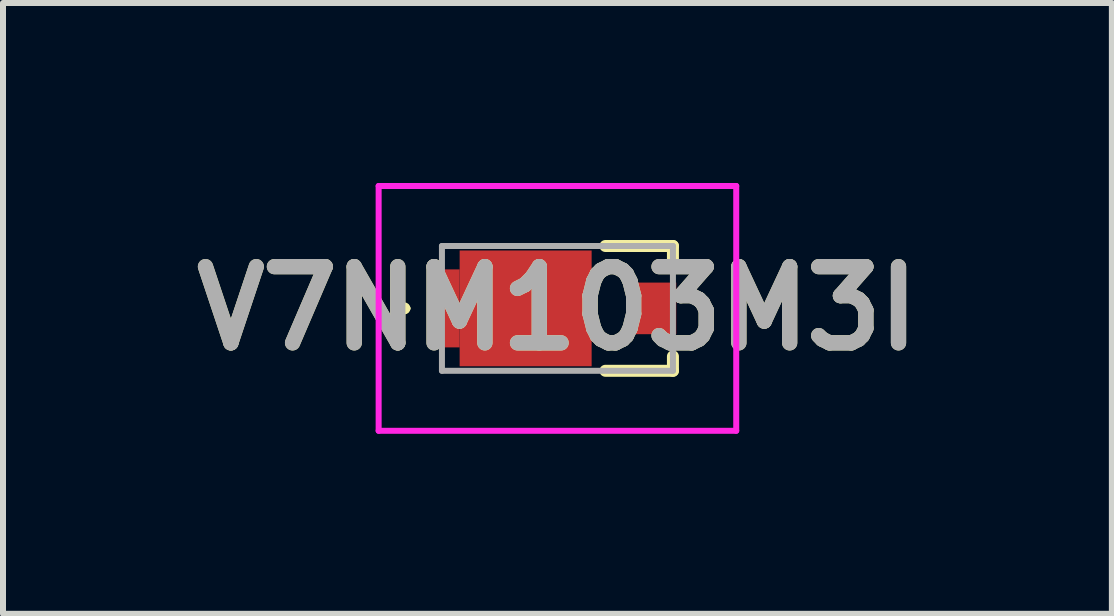
<source format=kicad_pcb>
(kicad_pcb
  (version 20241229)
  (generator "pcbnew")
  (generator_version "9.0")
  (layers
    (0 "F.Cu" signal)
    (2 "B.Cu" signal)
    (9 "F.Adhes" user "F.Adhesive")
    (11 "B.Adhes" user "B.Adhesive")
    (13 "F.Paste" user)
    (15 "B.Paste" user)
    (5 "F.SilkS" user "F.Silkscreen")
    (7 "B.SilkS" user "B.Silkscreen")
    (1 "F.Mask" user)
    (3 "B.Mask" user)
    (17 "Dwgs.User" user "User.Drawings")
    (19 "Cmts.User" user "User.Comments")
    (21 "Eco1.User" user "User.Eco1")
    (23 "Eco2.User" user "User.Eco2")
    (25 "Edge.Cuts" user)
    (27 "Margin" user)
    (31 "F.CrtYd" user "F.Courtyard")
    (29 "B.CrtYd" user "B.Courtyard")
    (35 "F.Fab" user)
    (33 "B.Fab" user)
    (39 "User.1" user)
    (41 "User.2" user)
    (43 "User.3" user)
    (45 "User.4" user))
  (footprint "V7NM103M3I"
    (layer "F.Cu")
    (at 6.241 2.09)
    (property "Reference" "V7NM103M3I" (at 0 0 0) (layer "F.SilkS") (effects (font (size 1.27 1.27) (thickness 0.254))))
    (attr smd)
    (fp_line (start -2.6 0) (end -2.6 0) (stroke (width 0.1) (type solid)) (layer "F.SilkS"))
    (fp_line (start -2.5 0) (end -2.5 0) (stroke (width 0.1) (type solid)) (layer "F.SilkS"))
    (fp_line (start 0.8 -1.04) (end 1.925 -1.04) (stroke (width 0.2) (type solid)) (layer "F.SilkS"))
    (fp_line (start 0.8 1.04) (end 1.925 1.04) (stroke (width 0.2) (type solid)) (layer "F.SilkS"))
    (fp_line (start 1.925 -1.04) (end 1.925 -0.8) (stroke (width 0.2) (type solid)) (layer "F.SilkS"))
    (fp_line (start 1.925 1.04) (end 1.925 0.8) (stroke (width 0.2) (type solid)) (layer "F.SilkS"))
    (fp_arc (start -2.6 0) (mid -2.55 -0.05) (end -2.5 0) (stroke (width 0.1) (type solid)) (layer "F.SilkS"))
    (fp_arc (start -2.5 0) (mid -2.55 0.05) (end -2.6 0) (stroke (width 0.1) (type solid)) (layer "F.SilkS"))
    (fp_line (start -2.98 -2.04) (end 2.98 -2.04) (stroke (width 0.1) (type solid)) (layer "F.CrtYd"))
    (fp_line (start -2.98 2.04) (end -2.98 -2.04) (stroke (width 0.1) (type solid)) (layer "F.CrtYd"))
    (fp_line (start 2.98 -2.04) (end 2.98 2.04) (stroke (width 0.1) (type solid)) (layer "F.CrtYd"))
    (fp_line (start 2.98 2.04) (end -2.98 2.04) (stroke (width 0.1) (type solid)) (layer "F.CrtYd"))
    (fp_line (start -1.925 -1.04) (end -1.925 1.04) (stroke (width 0.1) (type solid)) (layer "F.Fab"))
    (fp_line (start -1.925 1.04) (end 1.925 1.04) (stroke (width 0.1) (type solid)) (layer "F.Fab"))
    (fp_line (start 1.925 -1.04) (end -1.925 -1.04) (stroke (width 0.1) (type solid)) (layer "F.Fab"))
    (fp_line (start 1.925 1.04) (end 1.925 -1.04) (stroke (width 0.1) (type solid)) (layer "F.Fab"))
    (fp_text user "${REFERENCE}" (at 0 0 0) (layer "F.Fab") (effects (font (size 1.27 1.27) (thickness 0.254))))
    (pad "1" smd rect (at -1.805 0) (size 0.35 1.3) (layers "F.Cu" "F.Mask" "F.Paste"))
    (pad "2" smd rect (at 1.63 0) (size 0.7 0.86) (layers "F.Cu" "F.Mask" "F.Paste"))
    (pad "3" smd rect (at -0.53 0 90) (size 1.93 2.2) (layers "F.Cu" "F.Mask" "F.Paste")))
  (gr_rect
    (start -3 -3)
    (end 15.482 7.18)
    (stroke (width 0.1) (type default))
    (fill no)
    (layer "Edge.Cuts")))
</source>
